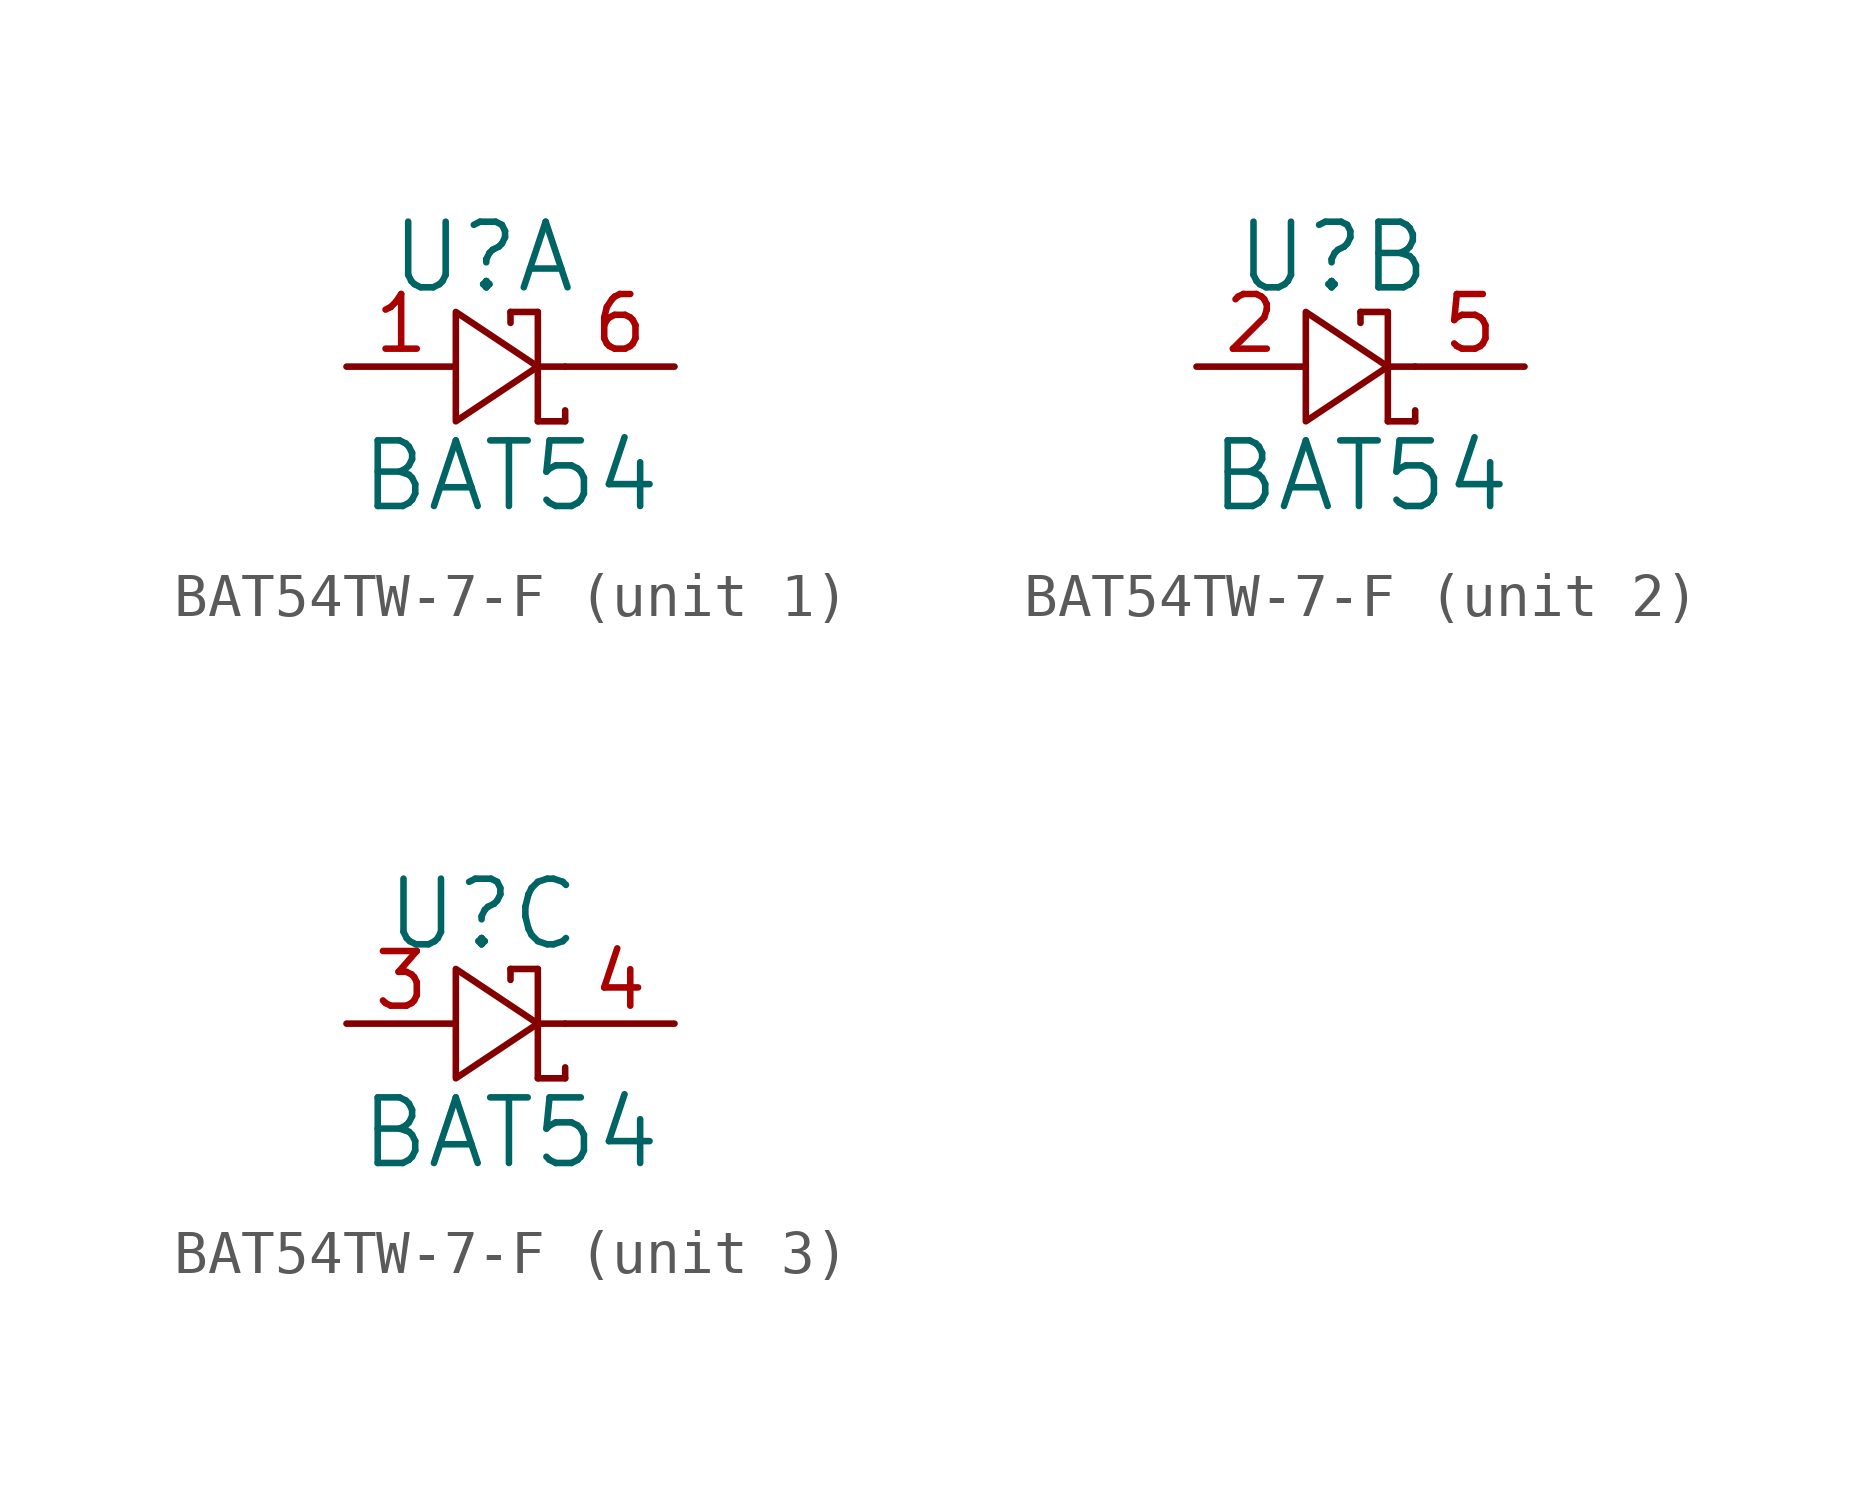
<source format=kicad_sym>
(kicad_symbol_lib
  (version 20231120)
  (generator "kicad_symbol_editor")
  (generator_version "8.0")
  (symbol "BAT54TW-7-F"
    (pin_names
      (offset 0.254))
    (property "Reference" "U"
      (at -0.635 1.27 0)
      (effects (font (size 1.524 1.524))))
    (property "Value" "BAT54"
      (at 0 -3.81 0)
      (effects (font (size 1.524 1.524))))
    (symbol "BAT54TW-7-F_0_1"
      (polyline (pts (xy 0 0) (xy 0 -0.254)) (stroke (width 0) (type default)) (fill (type none)))
      (polyline (pts (xy 0.635 -2.54) (xy 1.27 -2.54)) (stroke (width 0) (type default)) (fill (type none)))
      (polyline (pts (xy 0.635 0) (xy 0 0)) (stroke (width 0) (type default)) (fill (type none)))
      (polyline (pts (xy 0.635 0) (xy 0.635 -2.54)) (stroke (width 0) (type default)) (fill (type none)))
      (polyline (pts (xy 1.27 -2.54) (xy 1.27 -2.286)) (stroke (width 0) (type default)) (fill (type none)))
      (polyline (pts (xy 1.27 -1.27) (xy 0.635 -1.27)) (stroke (width 0) (type default)) (fill (type none)))
      (polyline (pts (xy -1.27 -2.54) (xy -1.27 0) (xy 0.635 -1.27) (xy -1.27 -2.54)) (stroke (width 0) (type default)) (fill (type none))))
    (symbol "BAT54TW-7-F_1_1"
      (pin passive line (at -3.81 -1.27 0) (length 2.54) (name "" (effects (font (size 1.27 1.27)))) (number "1" (effects (font (size 1.27 1.27)))))
      (pin passive line (at 3.81 -1.27 180) (length 2.54) (name "" (effects (font (size 1.27 1.27)))) (number "6" (effects (font (size 1.27 1.27))))))
    (symbol "BAT54TW-7-F_2_0"
      (pin passive line (at -3.81 -1.27 0) (length 2.54) (name "" (effects (font (size 1.27 1.27)))) (number "2" (effects (font (size 1.27 1.27)))))
      (pin passive line (at 3.81 -1.27 180) (length 2.54) (name "" (effects (font (size 1.27 1.27)))) (number "5" (effects (font (size 1.27 1.27))))))
    (symbol "BAT54TW-7-F_3_0"
      (pin passive line (at -3.81 -1.27 0) (length 2.54) (name "" (effects (font (size 1.27 1.27)))) (number "3" (effects (font (size 1.27 1.27)))))
      (pin passive line (at 3.81 -1.27 180) (length 2.54) (name "" (effects (font (size 1.27 1.27)))) (number "4" (effects (font (size 1.27 1.27))))))))
</source>
